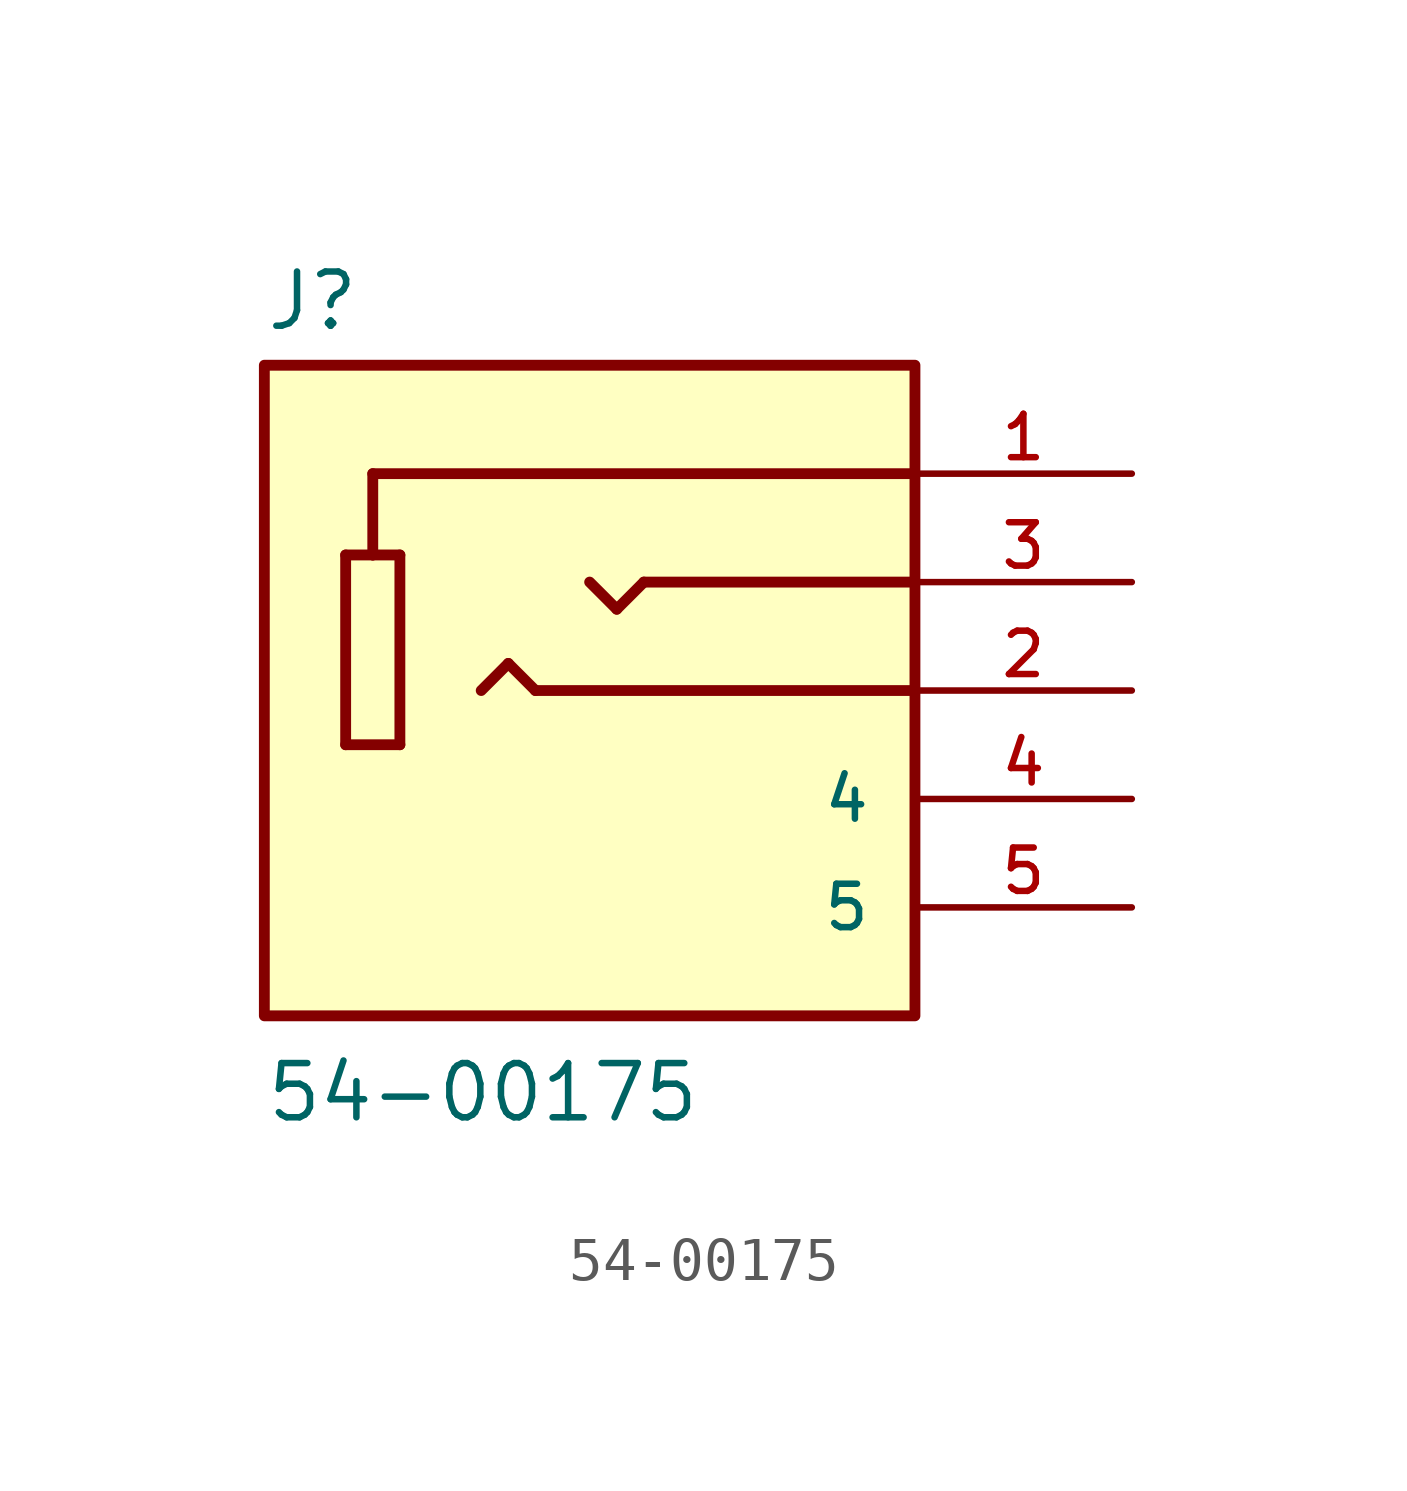
<source format=kicad_sym>
(kicad_symbol_lib
  (version 20220914)
  (generator kicad_symbol_editor)
  (symbol "54-00175"
    (pin_names
      (offset 1.016))
    (property "Reference" "J"
      (at -7.62 8.382 0)
      (effects (font (size 1.27 1.27)) (justify left bottom)))
    (property "Value" "54-00175"
      (at -7.62 -10.16 0)
      (effects (font (size 1.27 1.27)) (justify left bottom)))
    (property "ki_locked" ""
      (at 0 0 0)
      (effects (font (size 1.27 1.27))))
    (symbol "54-00175_0_0"
      (rectangle (start -7.62 -7.62) (end 7.62 7.62) (stroke (width 0.254) (type solid)) (fill (type background)))
      (polyline (pts (xy -5.715 -1.27) (xy -5.715 3.175)) (stroke (width 0.254) (type solid)) (fill (type none)))
      (polyline (pts (xy -5.715 3.175) (xy -5.08 3.175)) (stroke (width 0.254) (type solid)) (fill (type none)))
      (polyline (pts (xy -5.08 3.175) (xy -4.445 3.175)) (stroke (width 0.254) (type solid)) (fill (type none)))
      (polyline (pts (xy -5.08 5.08) (xy -5.08 3.175)) (stroke (width 0.254) (type solid)) (fill (type none)))
      (polyline (pts (xy -4.445 -1.27) (xy -5.715 -1.27)) (stroke (width 0.254) (type solid)) (fill (type none)))
      (polyline (pts (xy -4.445 3.175) (xy -4.445 -1.27)) (stroke (width 0.254) (type solid)) (fill (type none)))
      (polyline (pts (xy -1.905 0.635) (xy -2.54 0)) (stroke (width 0.254) (type solid)) (fill (type none)))
      (polyline (pts (xy -1.27 0) (xy -1.905 0.635)) (stroke (width 0.254) (type solid)) (fill (type none)))
      (polyline (pts (xy 0.635 1.905) (xy 0 2.54)) (stroke (width 0.254) (type solid)) (fill (type none)))
      (polyline (pts (xy 1.27 2.54) (xy 0.635 1.905)) (stroke (width 0.254) (type solid)) (fill (type none)))
      (polyline (pts (xy 7.62 0) (xy -1.27 0)) (stroke (width 0.254) (type solid)) (fill (type none)))
      (polyline (pts (xy 7.62 2.54) (xy 1.27 2.54)) (stroke (width 0.254) (type solid)) (fill (type none)))
      (polyline (pts (xy 7.62 5.08) (xy -5.08 5.08)) (stroke (width 0.254) (type solid)) (fill (type none)))
      (pin passive line (at 12.7 5.08 180) (length 5.08) (name "~" (effects (font (size 1.016 1.016)))) (number "1" (effects (font (size 1.016 1.016)))))
      (pin passive line (at 12.7 0 180) (length 5.08) (name "~" (effects (font (size 1.016 1.016)))) (number "2" (effects (font (size 1.016 1.016)))))
      (pin passive line (at 12.7 2.54 180) (length 5.08) (name "~" (effects (font (size 1.016 1.016)))) (number "3" (effects (font (size 1.016 1.016)))))
      (pin passive line (at 12.7 -2.54 180) (length 5.08) (name "4" (effects (font (size 1.016 1.016)))) (number "4" (effects (font (size 1.016 1.016)))))
      (pin passive line (at 12.7 -5.08 180) (length 5.08) (name "5" (effects (font (size 1.016 1.016)))) (number "5" (effects (font (size 1.016 1.016))))))))
</source>
